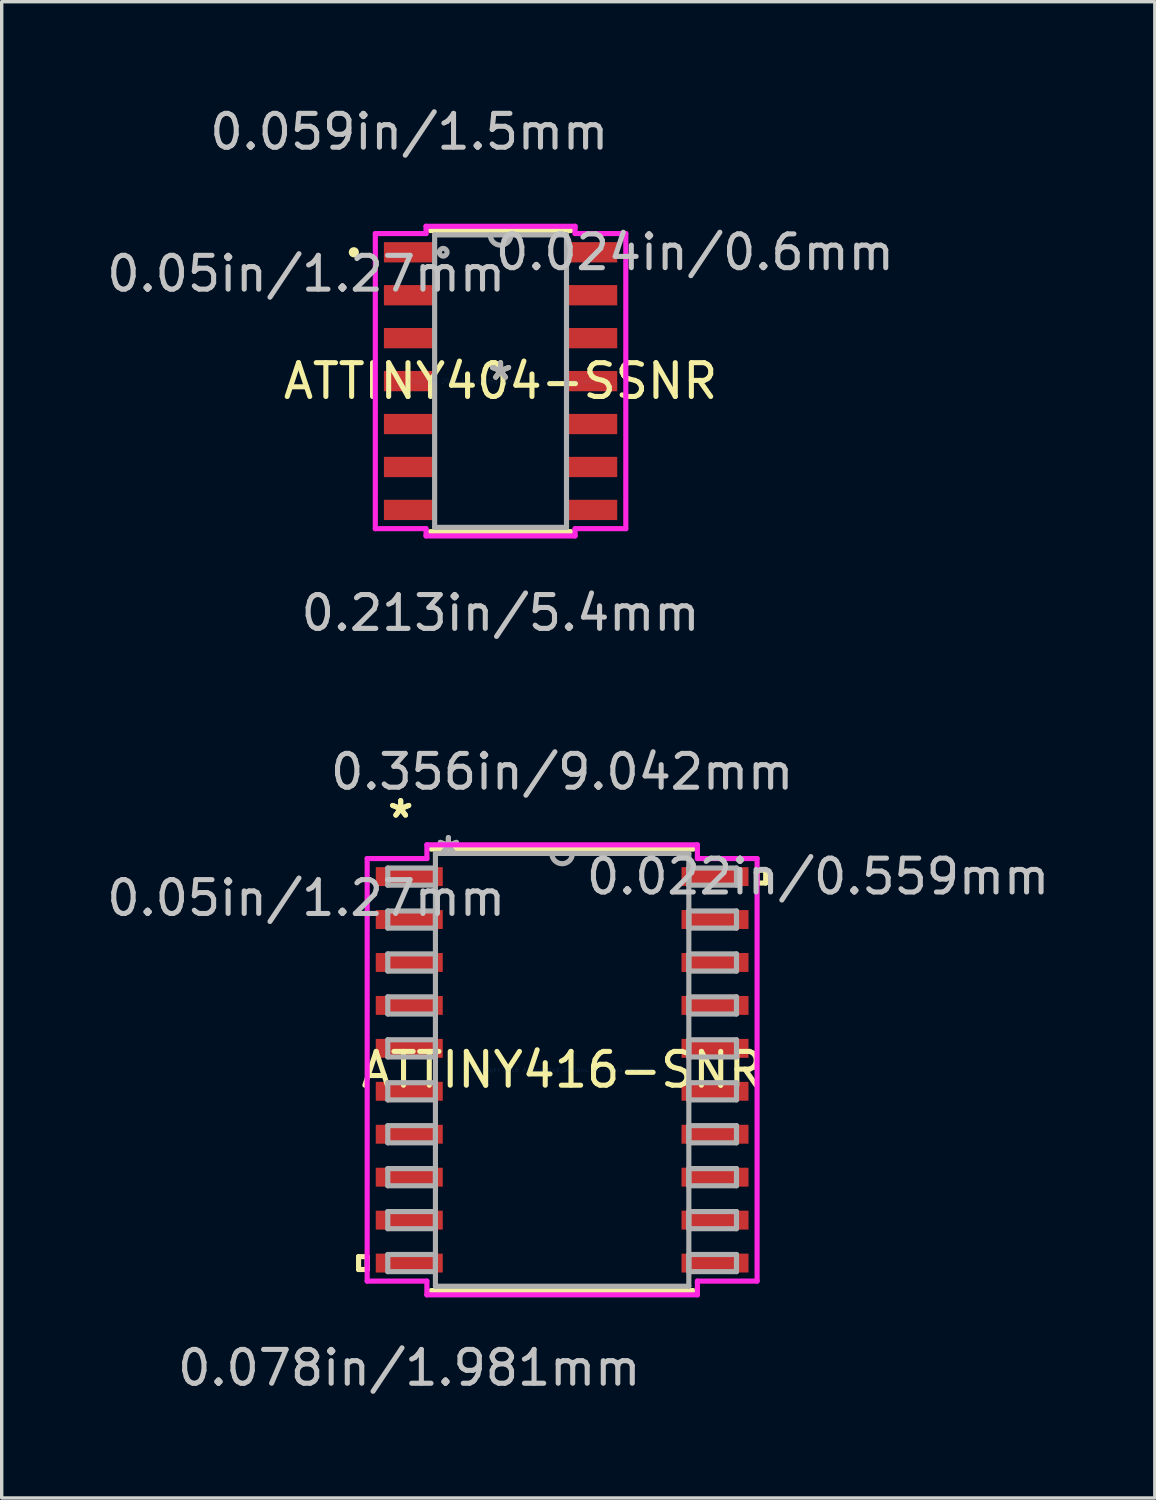
<source format=kicad_pcb>
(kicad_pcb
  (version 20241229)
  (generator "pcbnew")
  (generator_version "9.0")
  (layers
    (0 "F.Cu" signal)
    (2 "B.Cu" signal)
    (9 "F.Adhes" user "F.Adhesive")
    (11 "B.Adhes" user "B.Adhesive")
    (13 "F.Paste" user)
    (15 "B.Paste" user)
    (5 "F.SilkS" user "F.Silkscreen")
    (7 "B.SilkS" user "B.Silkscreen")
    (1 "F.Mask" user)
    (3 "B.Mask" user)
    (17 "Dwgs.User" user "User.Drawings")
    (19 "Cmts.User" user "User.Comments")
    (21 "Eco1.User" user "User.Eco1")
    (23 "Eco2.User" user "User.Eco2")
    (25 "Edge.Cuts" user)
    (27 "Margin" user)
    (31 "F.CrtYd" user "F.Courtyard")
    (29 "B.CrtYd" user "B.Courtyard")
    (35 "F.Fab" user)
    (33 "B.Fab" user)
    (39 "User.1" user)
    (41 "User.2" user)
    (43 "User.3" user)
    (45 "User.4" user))
  (footprint "ATTINY404-SSNR"
    (layer "F.Cu")
    (at 11.754 8.221)
    (property "Reference" "ATTINY404-SSNR" (at 0 0 0) (layer "F.SilkS") (effects (font (size 1 1) (thickness 0.15))))
    (attr through_hole)
    (fp_line (start -2.077 4.452) (end 2.077 4.452) (stroke (width 0.152) (type solid)) (layer "F.SilkS"))
    (fp_line (start 2.077 -4.452) (end -2.077 -4.452) (stroke (width 0.152) (type solid)) (layer "F.SilkS"))
    (fp_circle (center -4.339 -3.81) (end -4.263 -3.81) (stroke (width 0.152) (type solid)) (fill no) (layer "F.SilkS"))
    (fp_line (start -3.704 -4.364) (end -2.204 -4.364) (stroke (width 0.152) (type solid)) (layer "F.CrtYd"))
    (fp_line (start -3.704 4.364) (end -3.704 -4.364) (stroke (width 0.152) (type solid)) (layer "F.CrtYd"))
    (fp_line (start -2.204 -4.579) (end 2.204 -4.579) (stroke (width 0.152) (type solid)) (layer "F.CrtYd"))
    (fp_line (start -2.204 -4.364) (end -2.204 -4.579) (stroke (width 0.152) (type solid)) (layer "F.CrtYd"))
    (fp_line (start -2.204 4.364) (end -3.704 4.364) (stroke (width 0.152) (type solid)) (layer "F.CrtYd"))
    (fp_line (start -2.204 4.579) (end -2.204 4.364) (stroke (width 0.152) (type solid)) (layer "F.CrtYd"))
    (fp_line (start 2.204 -4.579) (end 2.204 -4.364) (stroke (width 0.152) (type solid)) (layer "F.CrtYd"))
    (fp_line (start 2.204 -4.364) (end 3.704 -4.364) (stroke (width 0.152) (type solid)) (layer "F.CrtYd"))
    (fp_line (start 2.204 4.364) (end 2.204 4.579) (stroke (width 0.152) (type solid)) (layer "F.CrtYd"))
    (fp_line (start 2.204 4.579) (end -2.204 4.579) (stroke (width 0.152) (type solid)) (layer "F.CrtYd"))
    (fp_line (start 3.704 -4.364) (end 3.704 4.364) (stroke (width 0.152) (type solid)) (layer "F.CrtYd"))
    (fp_line (start 3.704 4.364) (end 2.204 4.364) (stroke (width 0.152) (type solid)) (layer "F.CrtYd"))
    (fp_line (start -1.95 -4.325) (end -1.95 4.325) (stroke (width 0.152) (type solid)) (layer "F.Fab"))
    (fp_line (start -1.95 4.325) (end 1.95 4.325) (stroke (width 0.152) (type solid)) (layer "F.Fab"))
    (fp_line (start 1.95 -4.325) (end -1.95 -4.325) (stroke (width 0.152) (type solid)) (layer "F.Fab"))
    (fp_line (start 1.95 4.325) (end 1.95 -4.325) (stroke (width 0.152) (type solid)) (layer "F.Fab"))
    (fp_arc (start 0.3048 -4.325) (mid 0 -4.0202) (end -0.3048 -4.325) (stroke (width 0.1524) (type solid)) (layer "F.Fab"))
    (fp_circle (center -1.696 -3.81) (end -1.658 -3.81) (stroke (width 0.152) (type solid)) (fill no) (layer "F.Fab"))
    (fp_text user "*" (at 0 0 0) (layer "F.SilkS") (effects (font (size 1 1) (thickness 0.15))))
    (fp_text user "0.024in/0.6mm" (at 5.748 -3.81 0) (layer "Dwgs.User") (effects (font (size 1 1) (thickness 0.15))))
    (fp_text user "0.059in/1.5mm" (at -2.7 -7.373 0) (layer "Dwgs.User") (effects (font (size 1 1) (thickness 0.15))))
    (fp_text user "0.213in/5.4mm" (at 0 6.858 0) (layer "Dwgs.User") (effects (font (size 1 1) (thickness 0.15))))
    (fp_text user "0.05in/1.27mm" (at -5.748 -3.175 0) (layer "Dwgs.User") (effects (font (size 1 1) (thickness 0.15))))
    (fp_text user "Copyright 2016 Accelerated Designs. All rights reserved." (at 0 0 0) (layer "Cmts.User") (effects (font (size 0.127 0.127) (thickness 0.002))))
    (fp_text user "*" (at 0 0 0) (layer "F.Fab") (effects (font (size 1 1) (thickness 0.15))))
    (pad "1" smd rect (at -2.7 -3.81) (size 1.5 0.6) (layers "F.Cu" "F.Mask" "F.Paste"))
    (pad "2" smd rect (at -2.7 -2.54) (size 1.5 0.6) (layers "F.Cu" "F.Mask" "F.Paste"))
    (pad "3" smd rect (at -2.7 -1.27) (size 1.5 0.6) (layers "F.Cu" "F.Mask" "F.Paste"))
    (pad "4" smd rect (at -2.7 0) (size 1.5 0.6) (layers "F.Cu" "F.Mask" "F.Paste"))
    (pad "5" smd rect (at -2.7 1.27) (size 1.5 0.6) (layers "F.Cu" "F.Mask" "F.Paste"))
    (pad "6" smd rect (at -2.7 2.54) (size 1.5 0.6) (layers "F.Cu" "F.Mask" "F.Paste"))
    (pad "7" smd rect (at -2.7 3.81) (size 1.5 0.6) (layers "F.Cu" "F.Mask" "F.Paste"))
    (pad "8" smd rect (at 2.7 3.81) (size 1.5 0.6) (layers "F.Cu" "F.Mask" "F.Paste"))
    (pad "9" smd rect (at 2.7 2.54) (size 1.5 0.6) (layers "F.Cu" "F.Mask" "F.Paste"))
    (pad "10" smd rect (at 2.7 1.27) (size 1.5 0.6) (layers "F.Cu" "F.Mask" "F.Paste"))
    (pad "11" smd rect (at 2.7 0) (size 1.5 0.6) (layers "F.Cu" "F.Mask" "F.Paste"))
    (pad "12" smd rect (at 2.7 -1.27) (size 1.5 0.6) (layers "F.Cu" "F.Mask" "F.Paste"))
    (pad "13" smd rect (at 2.7 -2.54) (size 1.5 0.6) (layers "F.Cu" "F.Mask" "F.Paste"))
    (pad "14" smd rect (at 2.7 -3.81) (size 1.5 0.6) (layers "F.Cu" "F.Mask" "F.Paste")))
  (footprint "ATTINY416-SNR"
    (layer "F.Cu")
    (at 13.575 28.59)
    (property "Reference" "ATTINY416-SNR" (at 0 0 0) (layer "F.SilkS") (effects (font (size 1 1) (thickness 0.15))))
    (attr through_hole)
    (fp_line (start -6.02 5.524) (end -6.02 5.905) (stroke (width 0.152) (type solid)) (layer "F.SilkS"))
    (fp_line (start -6.02 5.905) (end -5.766 5.905) (stroke (width 0.152) (type solid)) (layer "F.SilkS"))
    (fp_line (start -5.766 5.524) (end -6.02 5.524) (stroke (width 0.152) (type solid)) (layer "F.SilkS"))
    (fp_line (start -5.766 5.905) (end -5.766 5.524) (stroke (width 0.152) (type solid)) (layer "F.SilkS"))
    (fp_line (start -3.873 6.528) (end 3.873 6.528) (stroke (width 0.152) (type solid)) (layer "F.SilkS"))
    (fp_line (start 3.873 -6.528) (end -3.873 -6.528) (stroke (width 0.152) (type solid)) (layer "F.SilkS"))
    (fp_line (start 5.766 -5.905) (end 6.02 -5.905) (stroke (width 0.152) (type solid)) (layer "F.SilkS"))
    (fp_line (start 5.766 -5.524) (end 5.766 -5.905) (stroke (width 0.152) (type solid)) (layer "F.SilkS"))
    (fp_line (start 6.02 -5.905) (end 6.02 -5.524) (stroke (width 0.152) (type solid)) (layer "F.SilkS"))
    (fp_line (start 6.02 -5.524) (end 5.766 -5.524) (stroke (width 0.152) (type solid)) (layer "F.SilkS"))
    (fp_line (start -5.766 -6.248) (end -4 -6.248) (stroke (width 0.152) (type solid)) (layer "F.CrtYd"))
    (fp_line (start -5.766 6.248) (end -5.766 -6.248) (stroke (width 0.152) (type solid)) (layer "F.CrtYd"))
    (fp_line (start -4 -6.655) (end 4 -6.655) (stroke (width 0.152) (type solid)) (layer "F.CrtYd"))
    (fp_line (start -4 -6.248) (end -4 -6.655) (stroke (width 0.152) (type solid)) (layer "F.CrtYd"))
    (fp_line (start -4 6.248) (end -5.766 6.248) (stroke (width 0.152) (type solid)) (layer "F.CrtYd"))
    (fp_line (start -4 6.655) (end -4 6.248) (stroke (width 0.152) (type solid)) (layer "F.CrtYd"))
    (fp_line (start 4 -6.655) (end 4 -6.248) (stroke (width 0.152) (type solid)) (layer "F.CrtYd"))
    (fp_line (start 4 -6.248) (end 5.766 -6.248) (stroke (width 0.152) (type solid)) (layer "F.CrtYd"))
    (fp_line (start 4 6.248) (end 4 6.655) (stroke (width 0.152) (type solid)) (layer "F.CrtYd"))
    (fp_line (start 4 6.655) (end -4 6.655) (stroke (width 0.152) (type solid)) (layer "F.CrtYd"))
    (fp_line (start 5.766 -6.248) (end 5.766 6.248) (stroke (width 0.152) (type solid)) (layer "F.CrtYd"))
    (fp_line (start 5.766 6.248) (end 4 6.248) (stroke (width 0.152) (type solid)) (layer "F.CrtYd"))
    (fp_line (start -5.156 -5.969) (end -5.156 -5.461) (stroke (width 0.152) (type solid)) (layer "F.Fab"))
    (fp_line (start -5.156 -5.461) (end -3.747 -5.461) (stroke (width 0.152) (type solid)) (layer "F.Fab"))
    (fp_line (start -5.156 -4.699) (end -5.156 -4.191) (stroke (width 0.152) (type solid)) (layer "F.Fab"))
    (fp_line (start -5.156 -4.191) (end -3.747 -4.191) (stroke (width 0.152) (type solid)) (layer "F.Fab"))
    (fp_line (start -5.156 -3.429) (end -5.156 -2.921) (stroke (width 0.152) (type solid)) (layer "F.Fab"))
    (fp_line (start -5.156 -2.921) (end -3.747 -2.921) (stroke (width 0.152) (type solid)) (layer "F.Fab"))
    (fp_line (start -5.156 -2.159) (end -5.156 -1.651) (stroke (width 0.152) (type solid)) (layer "F.Fab"))
    (fp_line (start -5.156 -1.651) (end -3.747 -1.651) (stroke (width 0.152) (type solid)) (layer "F.Fab"))
    (fp_line (start -5.156 -0.889) (end -5.156 -0.381) (stroke (width 0.152) (type solid)) (layer "F.Fab"))
    (fp_line (start -5.156 -0.381) (end -3.747 -0.381) (stroke (width 0.152) (type solid)) (layer "F.Fab"))
    (fp_line (start -5.156 0.381) (end -5.156 0.889) (stroke (width 0.152) (type solid)) (layer "F.Fab"))
    (fp_line (start -5.156 0.889) (end -3.747 0.889) (stroke (width 0.152) (type solid)) (layer "F.Fab"))
    (fp_line (start -5.156 1.651) (end -5.156 2.159) (stroke (width 0.152) (type solid)) (layer "F.Fab"))
    (fp_line (start -5.156 2.159) (end -3.747 2.159) (stroke (width 0.152) (type solid)) (layer "F.Fab"))
    (fp_line (start -5.156 2.921) (end -5.156 3.429) (stroke (width 0.152) (type solid)) (layer "F.Fab"))
    (fp_line (start -5.156 3.429) (end -3.747 3.429) (stroke (width 0.152) (type solid)) (layer "F.Fab"))
    (fp_line (start -5.156 4.191) (end -5.156 4.699) (stroke (width 0.152) (type solid)) (layer "F.Fab"))
    (fp_line (start -5.156 4.699) (end -3.747 4.699) (stroke (width 0.152) (type solid)) (layer "F.Fab"))
    (fp_line (start -5.156 5.461) (end -5.156 5.969) (stroke (width 0.152) (type solid)) (layer "F.Fab"))
    (fp_line (start -5.156 5.969) (end -3.747 5.969) (stroke (width 0.152) (type solid)) (layer "F.Fab"))
    (fp_line (start -3.747 -6.401) (end -3.747 6.401) (stroke (width 0.152) (type solid)) (layer "F.Fab"))
    (fp_line (start -3.747 -5.969) (end -5.156 -5.969) (stroke (width 0.152) (type solid)) (layer "F.Fab"))
    (fp_line (start -3.747 -5.461) (end -3.747 -5.969) (stroke (width 0.152) (type solid)) (layer "F.Fab"))
    (fp_line (start -3.747 -4.699) (end -5.156 -4.699) (stroke (width 0.152) (type solid)) (layer "F.Fab"))
    (fp_line (start -3.747 -4.191) (end -3.747 -4.699) (stroke (width 0.152) (type solid)) (layer "F.Fab"))
    (fp_line (start -3.747 -3.429) (end -5.156 -3.429) (stroke (width 0.152) (type solid)) (layer "F.Fab"))
    (fp_line (start -3.747 -2.921) (end -3.747 -3.429) (stroke (width 0.152) (type solid)) (layer "F.Fab"))
    (fp_line (start -3.747 -2.159) (end -5.156 -2.159) (stroke (width 0.152) (type solid)) (layer "F.Fab"))
    (fp_line (start -3.747 -1.651) (end -3.747 -2.159) (stroke (width 0.152) (type solid)) (layer "F.Fab"))
    (fp_line (start -3.747 -0.889) (end -5.156 -0.889) (stroke (width 0.152) (type solid)) (layer "F.Fab"))
    (fp_line (start -3.747 -0.381) (end -3.747 -0.889) (stroke (width 0.152) (type solid)) (layer "F.Fab"))
    (fp_line (start -3.747 0.381) (end -5.156 0.381) (stroke (width 0.152) (type solid)) (layer "F.Fab"))
    (fp_line (start -3.747 0.889) (end -3.747 0.381) (stroke (width 0.152) (type solid)) (layer "F.Fab"))
    (fp_line (start -3.747 1.651) (end -5.156 1.651) (stroke (width 0.152) (type solid)) (layer "F.Fab"))
    (fp_line (start -3.747 2.159) (end -3.747 1.651) (stroke (width 0.152) (type solid)) (layer "F.Fab"))
    (fp_line (start -3.747 2.921) (end -5.156 2.921) (stroke (width 0.152) (type solid)) (layer "F.Fab"))
    (fp_line (start -3.747 3.429) (end -3.747 2.921) (stroke (width 0.152) (type solid)) (layer "F.Fab"))
    (fp_line (start -3.747 4.191) (end -5.156 4.191) (stroke (width 0.152) (type solid)) (layer "F.Fab"))
    (fp_line (start -3.747 4.699) (end -3.747 4.191) (stroke (width 0.152) (type solid)) (layer "F.Fab"))
    (fp_line (start -3.747 5.461) (end -5.156 5.461) (stroke (width 0.152) (type solid)) (layer "F.Fab"))
    (fp_line (start -3.747 5.969) (end -3.747 5.461) (stroke (width 0.152) (type solid)) (layer "F.Fab"))
    (fp_line (start -3.747 6.401) (end 3.747 6.401) (stroke (width 0.152) (type solid)) (layer "F.Fab"))
    (fp_line (start 3.747 -6.401) (end -3.747 -6.401) (stroke (width 0.152) (type solid)) (layer "F.Fab"))
    (fp_line (start 3.747 -5.969) (end 3.747 -5.461) (stroke (width 0.152) (type solid)) (layer "F.Fab"))
    (fp_line (start 3.747 -5.461) (end 5.156 -5.461) (stroke (width 0.152) (type solid)) (layer "F.Fab"))
    (fp_line (start 3.747 -4.699) (end 3.747 -4.191) (stroke (width 0.152) (type solid)) (layer "F.Fab"))
    (fp_line (start 3.747 -4.191) (end 5.156 -4.191) (stroke (width 0.152) (type solid)) (layer "F.Fab"))
    (fp_line (start 3.747 -3.429) (end 3.747 -2.921) (stroke (width 0.152) (type solid)) (layer "F.Fab"))
    (fp_line (start 3.747 -2.921) (end 5.156 -2.921) (stroke (width 0.152) (type solid)) (layer "F.Fab"))
    (fp_line (start 3.747 -2.159) (end 3.747 -1.651) (stroke (width 0.152) (type solid)) (layer "F.Fab"))
    (fp_line (start 3.747 -1.651) (end 5.156 -1.651) (stroke (width 0.152) (type solid)) (layer "F.Fab"))
    (fp_line (start 3.747 -0.889) (end 3.747 -0.381) (stroke (width 0.152) (type solid)) (layer "F.Fab"))
    (fp_line (start 3.747 -0.381) (end 5.156 -0.381) (stroke (width 0.152) (type solid)) (layer "F.Fab"))
    (fp_line (start 3.747 0.381) (end 3.747 0.889) (stroke (width 0.152) (type solid)) (layer "F.Fab"))
    (fp_line (start 3.747 0.889) (end 5.156 0.889) (stroke (width 0.152) (type solid)) (layer "F.Fab"))
    (fp_line (start 3.747 1.651) (end 3.747 2.159) (stroke (width 0.152) (type solid)) (layer "F.Fab"))
    (fp_line (start 3.747 2.159) (end 5.156 2.159) (stroke (width 0.152) (type solid)) (layer "F.Fab"))
    (fp_line (start 3.747 2.921) (end 3.747 3.429) (stroke (width 0.152) (type solid)) (layer "F.Fab"))
    (fp_line (start 3.747 3.429) (end 5.156 3.429) (stroke (width 0.152) (type solid)) (layer "F.Fab"))
    (fp_line (start 3.747 4.191) (end 3.747 4.699) (stroke (width 0.152) (type solid)) (layer "F.Fab"))
    (fp_line (start 3.747 4.699) (end 5.156 4.699) (stroke (width 0.152) (type solid)) (layer "F.Fab"))
    (fp_line (start 3.747 5.461) (end 3.747 5.969) (stroke (width 0.152) (type solid)) (layer "F.Fab"))
    (fp_line (start 3.747 5.969) (end 5.156 5.969) (stroke (width 0.152) (type solid)) (layer "F.Fab"))
    (fp_line (start 3.747 6.401) (end 3.747 -6.401) (stroke (width 0.152) (type solid)) (layer "F.Fab"))
    (fp_line (start 5.156 -5.969) (end 3.747 -5.969) (stroke (width 0.152) (type solid)) (layer "F.Fab"))
    (fp_line (start 5.156 -5.461) (end 5.156 -5.969) (stroke (width 0.152) (type solid)) (layer "F.Fab"))
    (fp_line (start 5.156 -4.699) (end 3.747 -4.699) (stroke (width 0.152) (type solid)) (layer "F.Fab"))
    (fp_line (start 5.156 -4.191) (end 5.156 -4.699) (stroke (width 0.152) (type solid)) (layer "F.Fab"))
    (fp_line (start 5.156 -3.429) (end 3.747 -3.429) (stroke (width 0.152) (type solid)) (layer "F.Fab"))
    (fp_line (start 5.156 -2.921) (end 5.156 -3.429) (stroke (width 0.152) (type solid)) (layer "F.Fab"))
    (fp_line (start 5.156 -2.159) (end 3.747 -2.159) (stroke (width 0.152) (type solid)) (layer "F.Fab"))
    (fp_line (start 5.156 -1.651) (end 5.156 -2.159) (stroke (width 0.152) (type solid)) (layer "F.Fab"))
    (fp_line (start 5.156 -0.889) (end 3.747 -0.889) (stroke (width 0.152) (type solid)) (layer "F.Fab"))
    (fp_line (start 5.156 -0.381) (end 5.156 -0.889) (stroke (width 0.152) (type solid)) (layer "F.Fab"))
    (fp_line (start 5.156 0.381) (end 3.747 0.381) (stroke (width 0.152) (type solid)) (layer "F.Fab"))
    (fp_line (start 5.156 0.889) (end 5.156 0.381) (stroke (width 0.152) (type solid)) (layer "F.Fab"))
    (fp_line (start 5.156 1.651) (end 3.747 1.651) (stroke (width 0.152) (type solid)) (layer "F.Fab"))
    (fp_line (start 5.156 2.159) (end 5.156 1.651) (stroke (width 0.152) (type solid)) (layer "F.Fab"))
    (fp_line (start 5.156 2.921) (end 3.747 2.921) (stroke (width 0.152) (type solid)) (layer "F.Fab"))
    (fp_line (start 5.156 3.429) (end 5.156 2.921) (stroke (width 0.152) (type solid)) (layer "F.Fab"))
    (fp_line (start 5.156 4.191) (end 3.747 4.191) (stroke (width 0.152) (type solid)) (layer "F.Fab"))
    (fp_line (start 5.156 4.699) (end 5.156 4.191) (stroke (width 0.152) (type solid)) (layer "F.Fab"))
    (fp_line (start 5.156 5.461) (end 3.747 5.461) (stroke (width 0.152) (type solid)) (layer "F.Fab"))
    (fp_line (start 5.156 5.969) (end 5.156 5.461) (stroke (width 0.152) (type solid)) (layer "F.Fab"))
    (fp_arc (start 0.3048 -6.4008) (mid 0 -6.096) (end -0.3048 -6.4008) (stroke (width 0.1524) (type solid)) (layer "F.Fab"))
    (fp_text user "*" (at -4.775 -7.417 0) (layer "F.SilkS") (effects (font (size 1 1) (thickness 0.15))))
    (fp_text user "*" (at -4.775 -7.417 0) (layer "F.SilkS") (effects (font (size 1 1) (thickness 0.15))))
    (fp_text user "0.078in/1.981mm" (at -4.521 8.814 0) (layer "Dwgs.User") (effects (font (size 1 1) (thickness 0.15))))
    (fp_text user "0.05in/1.27mm" (at -7.569 -5.08 0) (layer "Dwgs.User") (effects (font (size 1 1) (thickness 0.15))))
    (fp_text user "0.022in/0.559mm" (at 7.569 -5.715 0) (layer "Dwgs.User") (effects (font (size 1 1) (thickness 0.15))))
    (fp_text user "0.356in/9.042mm" (at 0 -8.814 0) (layer "Dwgs.User") (effects (font (size 1 1) (thickness 0.15))))
    (fp_text user "Copyright 2016 Accelerated Designs. All rights reserved." (at 0 0 0) (layer "Cmts.User") (effects (font (size 0.127 0.127) (thickness 0.002))))
    (fp_text user "*" (at -3.365 -6.325 0) (layer "F.Fab") (effects (font (size 1 1) (thickness 0.15))))
    (fp_text user "*" (at -3.365 -6.325 0) (layer "F.Fab") (effects (font (size 1 1) (thickness 0.15))))
    (pad "1" smd rect (at -4.521 -5.715) (size 1.981 0.559) (layers "F.Cu" "F.Mask" "F.Paste"))
    (pad "2" smd rect (at -4.521 -4.445) (size 1.981 0.559) (layers "F.Cu" "F.Mask" "F.Paste"))
    (pad "3" smd rect (at -4.521 -3.175) (size 1.981 0.559) (layers "F.Cu" "F.Mask" "F.Paste"))
    (pad "4" smd rect (at -4.521 -1.905) (size 1.981 0.559) (layers "F.Cu" "F.Mask" "F.Paste"))
    (pad "5" smd rect (at -4.521 -0.635) (size 1.981 0.559) (layers "F.Cu" "F.Mask" "F.Paste"))
    (pad "6" smd rect (at -4.521 0.635) (size 1.981 0.559) (layers "F.Cu" "F.Mask" "F.Paste"))
    (pad "7" smd rect (at -4.521 1.905) (size 1.981 0.559) (layers "F.Cu" "F.Mask" "F.Paste"))
    (pad "8" smd rect (at -4.521 3.175) (size 1.981 0.559) (layers "F.Cu" "F.Mask" "F.Paste"))
    (pad "9" smd rect (at -4.521 4.445) (size 1.981 0.559) (layers "F.Cu" "F.Mask" "F.Paste"))
    (pad "10" smd rect (at -4.521 5.715) (size 1.981 0.559) (layers "F.Cu" "F.Mask" "F.Paste"))
    (pad "11" smd rect (at 4.521 5.715) (size 1.981 0.559) (layers "F.Cu" "F.Mask" "F.Paste"))
    (pad "12" smd rect (at 4.521 4.445) (size 1.981 0.559) (layers "F.Cu" "F.Mask" "F.Paste"))
    (pad "13" smd rect (at 4.521 3.175) (size 1.981 0.559) (layers "F.Cu" "F.Mask" "F.Paste"))
    (pad "14" smd rect (at 4.521 1.905) (size 1.981 0.559) (layers "F.Cu" "F.Mask" "F.Paste"))
    (pad "15" smd rect (at 4.521 0.635) (size 1.981 0.559) (layers "F.Cu" "F.Mask" "F.Paste"))
    (pad "16" smd rect (at 4.521 -0.635) (size 1.981 0.559) (layers "F.Cu" "F.Mask" "F.Paste"))
    (pad "17" smd rect (at 4.521 -1.905) (size 1.981 0.559) (layers "F.Cu" "F.Mask" "F.Paste"))
    (pad "18" smd rect (at 4.521 -3.175) (size 1.981 0.559) (layers "F.Cu" "F.Mask" "F.Paste"))
    (pad "19" smd rect (at 4.521 -4.445) (size 1.981 0.559) (layers "F.Cu" "F.Mask" "F.Paste"))
    (pad "20" smd rect (at 4.521 -5.715) (size 1.981 0.559) (layers "F.Cu" "F.Mask" "F.Paste")))
  (gr_rect
    (start -3 -3)
    (end 31.103 41.252)
    (stroke (width 0.1) (type default))
    (fill no)
    (layer "Edge.Cuts")))
</source>
